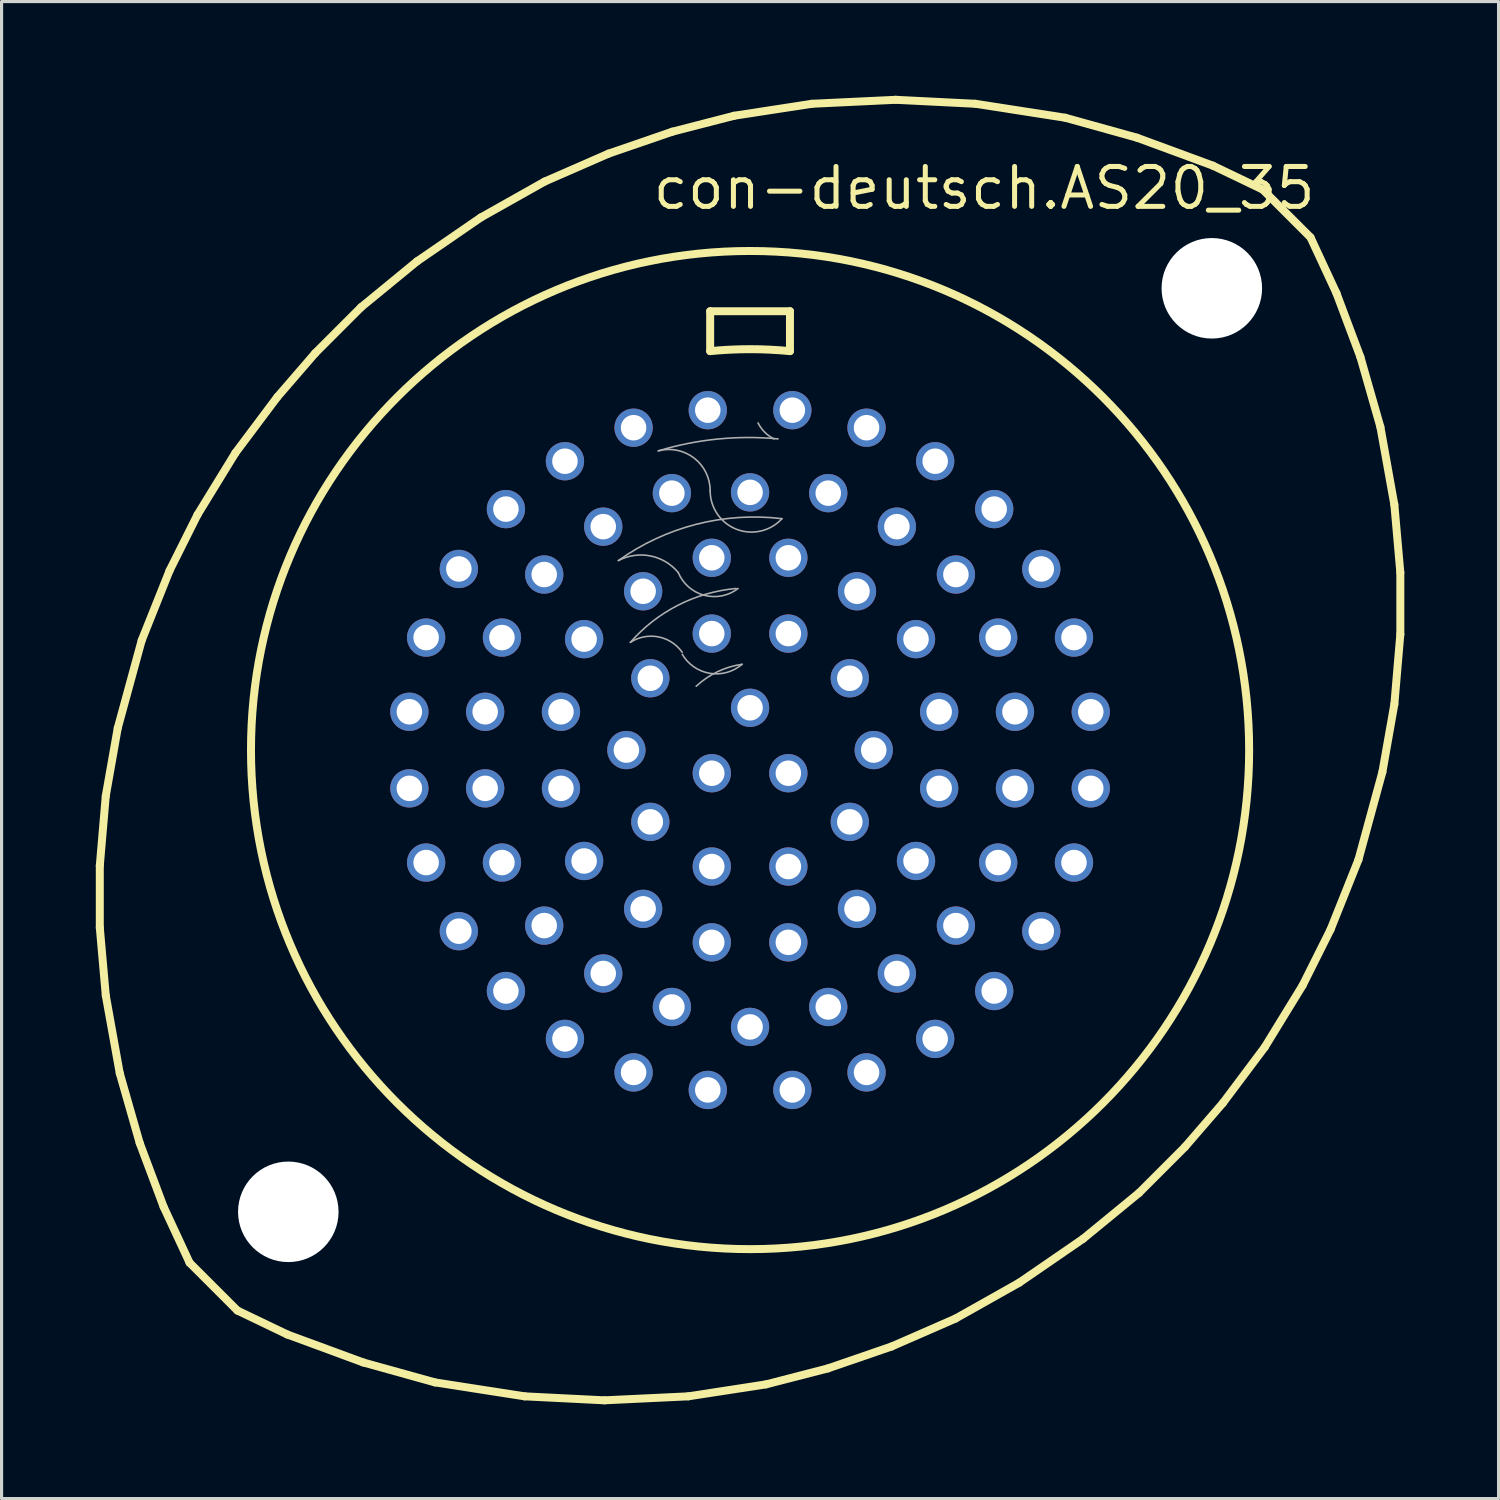
<source format=kicad_pcb>
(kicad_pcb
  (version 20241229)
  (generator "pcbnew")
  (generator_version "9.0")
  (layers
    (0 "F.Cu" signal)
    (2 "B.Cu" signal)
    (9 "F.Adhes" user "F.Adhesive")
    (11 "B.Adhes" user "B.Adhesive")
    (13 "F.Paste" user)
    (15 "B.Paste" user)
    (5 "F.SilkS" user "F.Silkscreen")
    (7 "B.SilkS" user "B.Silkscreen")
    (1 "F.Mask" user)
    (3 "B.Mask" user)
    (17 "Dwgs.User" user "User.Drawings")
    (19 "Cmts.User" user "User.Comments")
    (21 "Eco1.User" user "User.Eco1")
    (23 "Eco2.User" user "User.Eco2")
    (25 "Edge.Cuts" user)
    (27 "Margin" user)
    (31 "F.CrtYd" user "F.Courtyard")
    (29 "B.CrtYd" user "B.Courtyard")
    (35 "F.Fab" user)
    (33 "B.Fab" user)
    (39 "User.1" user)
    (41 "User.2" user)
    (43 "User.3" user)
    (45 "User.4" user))
  (footprint "con-deutsch.AS20_35"
    (layer "F.Cu")
    (at 20.828 20.828)
    (property "Reference" "con-deutsch.AS20_35" (at -3.175 -17.145 0) (layer "F.SilkS") (effects (font (size 1.27 1.27) (thickness 0.16)) (justify left bottom)))
    (attr through_hole)
    (fp_line (start -20.701 3.683) (end -20.511 1.46) (stroke (width 0.254) (type default)) (layer "F.SilkS"))
    (fp_line (start -20.701 5.652) (end -20.701 3.683) (stroke (width 0.254) (type default)) (layer "F.SilkS"))
    (fp_line (start -20.511 1.46) (end -20.13 -0.699) (stroke (width 0.254) (type default)) (layer "F.SilkS"))
    (fp_line (start -20.511 7.811) (end -20.701 5.652) (stroke (width 0.254) (type default)) (layer "F.SilkS"))
    (fp_line (start -20.13 -0.699) (end -19.367 -3.493) (stroke (width 0.254) (type default)) (layer "F.SilkS"))
    (fp_line (start -20.066 10.287) (end -20.511 7.811) (stroke (width 0.254) (type default)) (layer "F.SilkS"))
    (fp_line (start -19.431 12.509) (end -20.066 10.287) (stroke (width 0.254) (type default)) (layer "F.SilkS"))
    (fp_line (start -19.367 -3.493) (end -18.479 -5.715) (stroke (width 0.254) (type default)) (layer "F.SilkS"))
    (fp_line (start -18.669 14.541) (end -19.431 12.509) (stroke (width 0.254) (type default)) (layer "F.SilkS"))
    (fp_line (start -18.479 -5.715) (end -17.59 -7.493) (stroke (width 0.254) (type default)) (layer "F.SilkS"))
    (fp_line (start -17.843 16.32) (end -18.669 14.541) (stroke (width 0.254) (type default)) (layer "F.SilkS"))
    (fp_line (start -17.843 16.32) (end -16.32 17.843) (stroke (width 0.254) (type default)) (layer "F.SilkS"))
    (fp_line (start -17.59 -7.493) (end -16.383 -9.461) (stroke (width 0.254) (type default)) (layer "F.SilkS"))
    (fp_line (start -16.383 -9.461) (end -15.05 -11.239) (stroke (width 0.254) (type default)) (layer "F.SilkS"))
    (fp_line (start -15.05 -11.239) (end -13.843 -12.636) (stroke (width 0.254) (type default)) (layer "F.SilkS"))
    (fp_line (start -14.732 18.605) (end -16.32 17.843) (stroke (width 0.254) (type default)) (layer "F.SilkS"))
    (fp_line (start -13.843 -12.636) (end -12.383 -14.097) (stroke (width 0.254) (type default)) (layer "F.SilkS"))
    (fp_line (start -12.383 -14.097) (end -10.604 -15.557) (stroke (width 0.254) (type default)) (layer "F.SilkS"))
    (fp_line (start -12.319 19.494) (end -14.732 18.605) (stroke (width 0.254) (type default)) (layer "F.SilkS"))
    (fp_line (start -10.604 -15.557) (end -8.572 -16.954) (stroke (width 0.254) (type default)) (layer "F.SilkS"))
    (fp_line (start -10.033 20.13) (end -12.319 19.494) (stroke (width 0.254) (type default)) (layer "F.SilkS"))
    (fp_line (start -8.572 -16.954) (end -6.54 -18.098) (stroke (width 0.254) (type default)) (layer "F.SilkS"))
    (fp_line (start -7.176 20.574) (end -10.033 20.13) (stroke (width 0.254) (type default)) (layer "F.SilkS"))
    (fp_line (start -6.54 -18.098) (end -4.508 -18.986) (stroke (width 0.254) (type default)) (layer "F.SilkS"))
    (fp_line (start -4.636 20.701) (end -7.176 20.574) (stroke (width 0.254) (type default)) (layer "F.SilkS"))
    (fp_line (start -4.508 -18.986) (end -2.477 -19.685) (stroke (width 0.254) (type default)) (layer "F.SilkS"))
    (fp_line (start -2.477 -19.685) (end -0.508 -20.193) (stroke (width 0.254) (type default)) (layer "F.SilkS"))
    (fp_line (start -1.968 20.574) (end -4.636 20.701) (stroke (width 0.254) (type default)) (layer "F.SilkS"))
    (fp_line (start -1.27 -13.97) (end 1.27 -13.97) (stroke (width 0.254) (type default)) (layer "F.SilkS"))
    (fp_line (start -1.27 -12.7) (end -1.27 -13.97) (stroke (width 0.254) (type default)) (layer "F.SilkS"))
    (fp_line (start -0.508 -20.193) (end 1.968 -20.574) (stroke (width 0.254) (type default)) (layer "F.SilkS"))
    (fp_line (start 0.508 20.193) (end -1.968 20.574) (stroke (width 0.254) (type default)) (layer "F.SilkS"))
    (fp_line (start 1.27 -13.97) (end 1.27 -12.7) (stroke (width 0.254) (type default)) (layer "F.SilkS"))
    (fp_line (start 1.968 -20.574) (end 4.636 -20.701) (stroke (width 0.254) (type default)) (layer "F.SilkS"))
    (fp_line (start 2.477 19.685) (end 0.508 20.193) (stroke (width 0.254) (type default)) (layer "F.SilkS"))
    (fp_line (start 4.508 18.986) (end 2.477 19.685) (stroke (width 0.254) (type default)) (layer "F.SilkS"))
    (fp_line (start 4.636 -20.701) (end 7.176 -20.574) (stroke (width 0.254) (type default)) (layer "F.SilkS"))
    (fp_line (start 6.54 18.098) (end 4.508 18.986) (stroke (width 0.254) (type default)) (layer "F.SilkS"))
    (fp_line (start 7.176 -20.574) (end 10.033 -20.13) (stroke (width 0.254) (type default)) (layer "F.SilkS"))
    (fp_line (start 8.572 16.954) (end 6.54 18.098) (stroke (width 0.254) (type default)) (layer "F.SilkS"))
    (fp_line (start 10.033 -20.13) (end 12.319 -19.494) (stroke (width 0.254) (type default)) (layer "F.SilkS"))
    (fp_line (start 10.604 15.557) (end 8.572 16.954) (stroke (width 0.254) (type default)) (layer "F.SilkS"))
    (fp_line (start 12.319 -19.494) (end 14.732 -18.605) (stroke (width 0.254) (type default)) (layer "F.SilkS"))
    (fp_line (start 12.383 14.097) (end 10.604 15.557) (stroke (width 0.254) (type default)) (layer "F.SilkS"))
    (fp_line (start 13.843 12.636) (end 12.383 14.097) (stroke (width 0.254) (type default)) (layer "F.SilkS"))
    (fp_line (start 14.732 -18.605) (end 16.32 -17.843) (stroke (width 0.254) (type default)) (layer "F.SilkS"))
    (fp_line (start 15.05 11.239) (end 13.843 12.636) (stroke (width 0.254) (type default)) (layer "F.SilkS"))
    (fp_line (start 16.32 -17.843) (end 17.843 -16.32) (stroke (width 0.254) (type default)) (layer "F.SilkS"))
    (fp_line (start 16.383 9.461) (end 15.05 11.239) (stroke (width 0.254) (type default)) (layer "F.SilkS"))
    (fp_line (start 17.59 7.493) (end 16.383 9.461) (stroke (width 0.254) (type default)) (layer "F.SilkS"))
    (fp_line (start 17.843 -16.32) (end 18.669 -14.541) (stroke (width 0.254) (type default)) (layer "F.SilkS"))
    (fp_line (start 18.479 5.715) (end 17.59 7.493) (stroke (width 0.254) (type default)) (layer "F.SilkS"))
    (fp_line (start 18.669 -14.541) (end 19.431 -12.509) (stroke (width 0.254) (type default)) (layer "F.SilkS"))
    (fp_line (start 19.367 3.493) (end 18.479 5.715) (stroke (width 0.254) (type default)) (layer "F.SilkS"))
    (fp_line (start 19.431 -12.509) (end 20.066 -10.287) (stroke (width 0.254) (type default)) (layer "F.SilkS"))
    (fp_line (start 20.066 -10.287) (end 20.511 -7.811) (stroke (width 0.254) (type default)) (layer "F.SilkS"))
    (fp_line (start 20.13 0.699) (end 19.367 3.493) (stroke (width 0.254) (type default)) (layer "F.SilkS"))
    (fp_line (start 20.511 -7.811) (end 20.701 -5.652) (stroke (width 0.254) (type default)) (layer "F.SilkS"))
    (fp_line (start 20.511 -1.46) (end 20.13 0.699) (stroke (width 0.254) (type default)) (layer "F.SilkS"))
    (fp_line (start 20.701 -5.652) (end 20.701 -3.683) (stroke (width 0.254) (type default)) (layer "F.SilkS"))
    (fp_line (start 20.701 -3.683) (end 20.511 -1.46) (stroke (width 0.254) (type default)) (layer "F.SilkS"))
    (fp_arc (start -1.27 -12.7) (mid 0 -12.761805) (end 1.27 -12.7) (stroke (width 0.254) (type default)) (layer "F.SilkS"))
    (fp_circle (center 0 0) (end 15.888 0) (stroke (width 0.254) (type default)) (fill no) (layer "F.SilkS"))
    (fp_arc (start -4.191 -6.0325) (mid -3.170976 -6.179619) (end -2.286 -5.6515) (stroke (width 0.0508) (type default)) (layer "F.Fab"))
    (fp_arc (start -4.191 -6.0325) (mid -1.712504 -7.187361) (end 1.016 -7.366) (stroke (width 0.0508) (type default)) (layer "F.Fab"))
    (fp_arc (start -3.81 -3.429) (mid -2.920491 -3.603096) (end -2.159 -3.1115) (stroke (width 0.0508) (type default)) (layer "F.Fab"))
    (fp_arc (start -3.81 -3.429) (mid -2.292916 -4.611447) (end -0.4445 -5.1435) (stroke (width 0.0508) (type default)) (layer "F.Fab"))
    (fp_arc (start -2.921 -9.525) (mid -1.782825 -9.296477) (end -1.27 -8.255) (stroke (width 0.0508) (type default)) (layer "F.Fab"))
    (fp_arc (start -2.921 -9.525) (mid -1.0345 -9.900503) (end 0.889 -9.906) (stroke (width 0.0508) (type default)) (layer "F.Fab"))
    (fp_arc (start -1.7145 -2.032) (mid -1.037967 -2.493568) (end -0.254 -2.7305) (stroke (width 0.0508) (type default)) (layer "F.Fab"))
    (fp_arc (start -0.381 -5.1435) (mid -1.45883 -4.927513) (end -2.286 -5.6515) (stroke (width 0.0508) (type default)) (layer "F.Fab"))
    (fp_arc (start -0.254 -2.7305) (mid -1.280855 -2.443123) (end -2.159 -3.048) (stroke (width 0.0508) (type default)) (layer "F.Fab"))
    (fp_arc (start 0.762 -9.906) (mid 0.466781 -10.118781) (end 0.254 -10.414) (stroke (width 0.0508) (type default)) (layer "F.Fab"))
    (fp_arc (start 1.016 -7.366) (mid -0.431068 -7.028611) (end -1.27 -8.255) (stroke (width 0.0508) (type default)) (layer "F.Fab"))
    (pad "" np_thru_hole circle (at -14.7 14.7) (size 3.2 3.2) (drill 3.2) (layers "*.Cu" "*.Mask"))
    (pad "" np_thru_hole circle (at 14.7 -14.7) (size 3.2 3.2) (drill 3.2) (layers "*.Cu" "*.Mask"))
    (pad "1" thru_hole circle (at 1.346 -10.82) (size 1.219 1.219) (drill 0.813) (layers "*.Cu" "*.Mask"))
    (pad "2" thru_hole circle (at 3.708 -10.262) (size 1.219 1.219) (drill 0.813) (layers "*.Cu" "*.Mask"))
    (pad "3" thru_hole circle (at 5.893 -9.195) (size 1.219 1.219) (drill 0.813) (layers "*.Cu" "*.Mask"))
    (pad "4" thru_hole circle (at 7.772 -7.671) (size 1.219 1.219) (drill 0.813) (layers "*.Cu" "*.Mask"))
    (pad "5" thru_hole circle (at 9.271 -5.766) (size 1.219 1.219) (drill 0.813) (layers "*.Cu" "*.Mask"))
    (pad "6" thru_hole circle (at 10.312 -3.581) (size 1.219 1.219) (drill 0.813) (layers "*.Cu" "*.Mask"))
    (pad "7" thru_hole circle (at 10.846 -1.219) (size 1.219 1.219) (drill 0.813) (layers "*.Cu" "*.Mask"))
    (pad "8" thru_hole circle (at 10.846 1.219) (size 1.219 1.219) (drill 0.813) (layers "*.Cu" "*.Mask"))
    (pad "9" thru_hole circle (at 10.312 3.581) (size 1.219 1.219) (drill 0.813) (layers "*.Cu" "*.Mask"))
    (pad "10" thru_hole circle (at 9.271 5.766) (size 1.219 1.219) (drill 0.813) (layers "*.Cu" "*.Mask"))
    (pad "11" thru_hole circle (at 7.772 7.671) (size 1.219 1.219) (drill 0.813) (layers "*.Cu" "*.Mask"))
    (pad "12" thru_hole circle (at 5.893 9.195) (size 1.219 1.219) (drill 0.813) (layers "*.Cu" "*.Mask"))
    (pad "13" thru_hole circle (at 3.708 10.262) (size 1.219 1.219) (drill 0.813) (layers "*.Cu" "*.Mask"))
    (pad "14" thru_hole circle (at 1.346 10.82) (size 1.219 1.219) (drill 0.813) (layers "*.Cu" "*.Mask"))
    (pad "15" thru_hole circle (at -1.346 10.82) (size 1.219 1.219) (drill 0.813) (layers "*.Cu" "*.Mask"))
    (pad "16" thru_hole circle (at -3.708 10.262) (size 1.219 1.219) (drill 0.813) (layers "*.Cu" "*.Mask"))
    (pad "17" thru_hole circle (at -5.893 9.195) (size 1.219 1.219) (drill 0.813) (layers "*.Cu" "*.Mask"))
    (pad "18" thru_hole circle (at -7.772 7.671) (size 1.219 1.219) (drill 0.813) (layers "*.Cu" "*.Mask"))
    (pad "19" thru_hole circle (at -9.271 5.766) (size 1.219 1.219) (drill 0.813) (layers "*.Cu" "*.Mask"))
    (pad "20" thru_hole circle (at -10.312 3.581) (size 1.219 1.219) (drill 0.813) (layers "*.Cu" "*.Mask"))
    (pad "21" thru_hole circle (at -10.846 1.219) (size 1.219 1.219) (drill 0.813) (layers "*.Cu" "*.Mask"))
    (pad "22" thru_hole circle (at -10.846 -1.219) (size 1.219 1.219) (drill 0.813) (layers "*.Cu" "*.Mask"))
    (pad "23" thru_hole circle (at -10.312 -3.581) (size 1.219 1.219) (drill 0.813) (layers "*.Cu" "*.Mask"))
    (pad "24" thru_hole circle (at -9.271 -5.766) (size 1.219 1.219) (drill 0.813) (layers "*.Cu" "*.Mask"))
    (pad "25" thru_hole circle (at -7.772 -7.671) (size 1.219 1.219) (drill 0.813) (layers "*.Cu" "*.Mask"))
    (pad "26" thru_hole circle (at -5.893 -9.195) (size 1.219 1.219) (drill 0.813) (layers "*.Cu" "*.Mask"))
    (pad "27" thru_hole circle (at -3.708 -10.262) (size 1.219 1.219) (drill 0.813) (layers "*.Cu" "*.Mask"))
    (pad "28" thru_hole circle (at -1.346 -10.82) (size 1.219 1.219) (drill 0.813) (layers "*.Cu" "*.Mask"))
    (pad "29" thru_hole circle (at 0 -8.204) (size 1.219 1.219) (drill 0.813) (layers "*.Cu" "*.Mask"))
    (pad "30" thru_hole circle (at 2.489 -8.179) (size 1.219 1.219) (drill 0.813) (layers "*.Cu" "*.Mask"))
    (pad "31" thru_hole circle (at 4.674 -7.112) (size 1.219 1.219) (drill 0.813) (layers "*.Cu" "*.Mask"))
    (pad "32" thru_hole circle (at 6.553 -5.588) (size 1.219 1.219) (drill 0.813) (layers "*.Cu" "*.Mask"))
    (pad "33" thru_hole circle (at 7.899 -3.581) (size 1.219 1.219) (drill 0.813) (layers "*.Cu" "*.Mask"))
    (pad "34" thru_hole circle (at 8.433 -1.219) (size 1.219 1.219) (drill 0.813) (layers "*.Cu" "*.Mask"))
    (pad "35" thru_hole circle (at 8.433 1.219) (size 1.219 1.219) (drill 0.813) (layers "*.Cu" "*.Mask"))
    (pad "36" thru_hole circle (at 7.899 3.581) (size 1.219 1.219) (drill 0.813) (layers "*.Cu" "*.Mask"))
    (pad "37" thru_hole circle (at 6.553 5.588) (size 1.219 1.219) (drill 0.813) (layers "*.Cu" "*.Mask"))
    (pad "38" thru_hole circle (at 4.674 7.112) (size 1.219 1.219) (drill 0.813) (layers "*.Cu" "*.Mask"))
    (pad "39" thru_hole circle (at 2.489 8.179) (size 1.219 1.219) (drill 0.813) (layers "*.Cu" "*.Mask"))
    (pad "40" thru_hole circle (at 0 8.814) (size 1.219 1.219) (drill 0.813) (layers "*.Cu" "*.Mask"))
    (pad "41" thru_hole circle (at -2.489 8.179) (size 1.219 1.219) (drill 0.813) (layers "*.Cu" "*.Mask"))
    (pad "42" thru_hole circle (at -4.674 7.112) (size 1.219 1.219) (drill 0.813) (layers "*.Cu" "*.Mask"))
    (pad "43" thru_hole circle (at -6.553 5.588) (size 1.219 1.219) (drill 0.813) (layers "*.Cu" "*.Mask"))
    (pad "44" thru_hole circle (at -7.899 3.581) (size 1.219 1.219) (drill 0.813) (layers "*.Cu" "*.Mask"))
    (pad "45" thru_hole circle (at -8.433 1.219) (size 1.219 1.219) (drill 0.813) (layers "*.Cu" "*.Mask"))
    (pad "46" thru_hole circle (at -8.433 -1.219) (size 1.219 1.219) (drill 0.813) (layers "*.Cu" "*.Mask"))
    (pad "47" thru_hole circle (at -7.899 -3.581) (size 1.219 1.219) (drill 0.813) (layers "*.Cu" "*.Mask"))
    (pad "48" thru_hole circle (at -6.553 -5.588) (size 1.219 1.219) (drill 0.813) (layers "*.Cu" "*.Mask"))
    (pad "49" thru_hole circle (at -4.674 -7.112) (size 1.219 1.219) (drill 0.813) (layers "*.Cu" "*.Mask"))
    (pad "50" thru_hole circle (at -2.489 -8.179) (size 1.219 1.219) (drill 0.813) (layers "*.Cu" "*.Mask"))
    (pad "51" thru_hole circle (at -1.219 -6.121) (size 1.219 1.219) (drill 0.813) (layers "*.Cu" "*.Mask"))
    (pad "52" thru_hole circle (at 1.219 -6.121) (size 1.219 1.219) (drill 0.813) (layers "*.Cu" "*.Mask"))
    (pad "53" thru_hole circle (at 3.404 -5.055) (size 1.219 1.219) (drill 0.813) (layers "*.Cu" "*.Mask"))
    (pad "54" thru_hole circle (at 5.283 -3.531) (size 1.219 1.219) (drill 0.813) (layers "*.Cu" "*.Mask"))
    (pad "55" thru_hole circle (at 6.02 -1.219) (size 1.219 1.219) (drill 0.813) (layers "*.Cu" "*.Mask"))
    (pad "56" thru_hole circle (at 6.02 1.219) (size 1.219 1.219) (drill 0.813) (layers "*.Cu" "*.Mask"))
    (pad "57" thru_hole circle (at 5.283 3.531) (size 1.219 1.219) (drill 0.813) (layers "*.Cu" "*.Mask"))
    (pad "58" thru_hole circle (at 3.404 5.055) (size 1.219 1.219) (drill 0.813) (layers "*.Cu" "*.Mask"))
    (pad "59" thru_hole circle (at 1.219 6.121) (size 1.219 1.219) (drill 0.813) (layers "*.Cu" "*.Mask"))
    (pad "60" thru_hole circle (at -1.219 6.121) (size 1.219 1.219) (drill 0.813) (layers "*.Cu" "*.Mask"))
    (pad "61" thru_hole circle (at -3.404 5.055) (size 1.219 1.219) (drill 0.813) (layers "*.Cu" "*.Mask"))
    (pad "62" thru_hole circle (at -5.283 3.531) (size 1.219 1.219) (drill 0.813) (layers "*.Cu" "*.Mask"))
    (pad "63" thru_hole circle (at -6.02 1.219) (size 1.219 1.219) (drill 0.813) (layers "*.Cu" "*.Mask"))
    (pad "64" thru_hole circle (at -6.02 -1.219) (size 1.219 1.219) (drill 0.813) (layers "*.Cu" "*.Mask"))
    (pad "65" thru_hole circle (at -5.283 -3.531) (size 1.219 1.219) (drill 0.813) (layers "*.Cu" "*.Mask"))
    (pad "66" thru_hole circle (at -3.404 -5.055) (size 1.219 1.219) (drill 0.813) (layers "*.Cu" "*.Mask"))
    (pad "67" thru_hole circle (at -1.219 -3.708) (size 1.219 1.219) (drill 0.813) (layers "*.Cu" "*.Mask"))
    (pad "68" thru_hole circle (at 1.219 -3.708) (size 1.219 1.219) (drill 0.813) (layers "*.Cu" "*.Mask"))
    (pad "69" thru_hole circle (at 3.175 -2.286) (size 1.219 1.219) (drill 0.813) (layers "*.Cu" "*.Mask"))
    (pad "70" thru_hole circle (at 3.937 0) (size 1.219 1.219) (drill 0.813) (layers "*.Cu" "*.Mask"))
    (pad "71" thru_hole circle (at 3.175 2.286) (size 1.219 1.219) (drill 0.813) (layers "*.Cu" "*.Mask"))
    (pad "72" thru_hole circle (at 1.219 3.708) (size 1.219 1.219) (drill 0.813) (layers "*.Cu" "*.Mask"))
    (pad "73" thru_hole circle (at -1.219 3.708) (size 1.219 1.219) (drill 0.813) (layers "*.Cu" "*.Mask"))
    (pad "74" thru_hole circle (at -3.175 2.286) (size 1.219 1.219) (drill 0.813) (layers "*.Cu" "*.Mask"))
    (pad "75" thru_hole circle (at -3.937 0) (size 1.219 1.219) (drill 0.813) (layers "*.Cu" "*.Mask"))
    (pad "76" thru_hole circle (at -3.175 -2.286) (size 1.219 1.219) (drill 0.813) (layers "*.Cu" "*.Mask"))
    (pad "77" thru_hole circle (at 0 -1.346) (size 1.219 1.219) (drill 0.813) (layers "*.Cu" "*.Mask"))
    (pad "78" thru_hole circle (at 1.219 0.737) (size 1.219 1.219) (drill 0.813) (layers "*.Cu" "*.Mask"))
    (pad "79" thru_hole circle (at -1.219 0.737) (size 1.219 1.219) (drill 0.813) (layers "*.Cu" "*.Mask")))
  (gr_rect
    (start -3 -3)
    (end 44.656 44.656)
    (stroke (width 0.1) (type default))
    (fill no)
    (layer "Edge.Cuts")))
</source>
